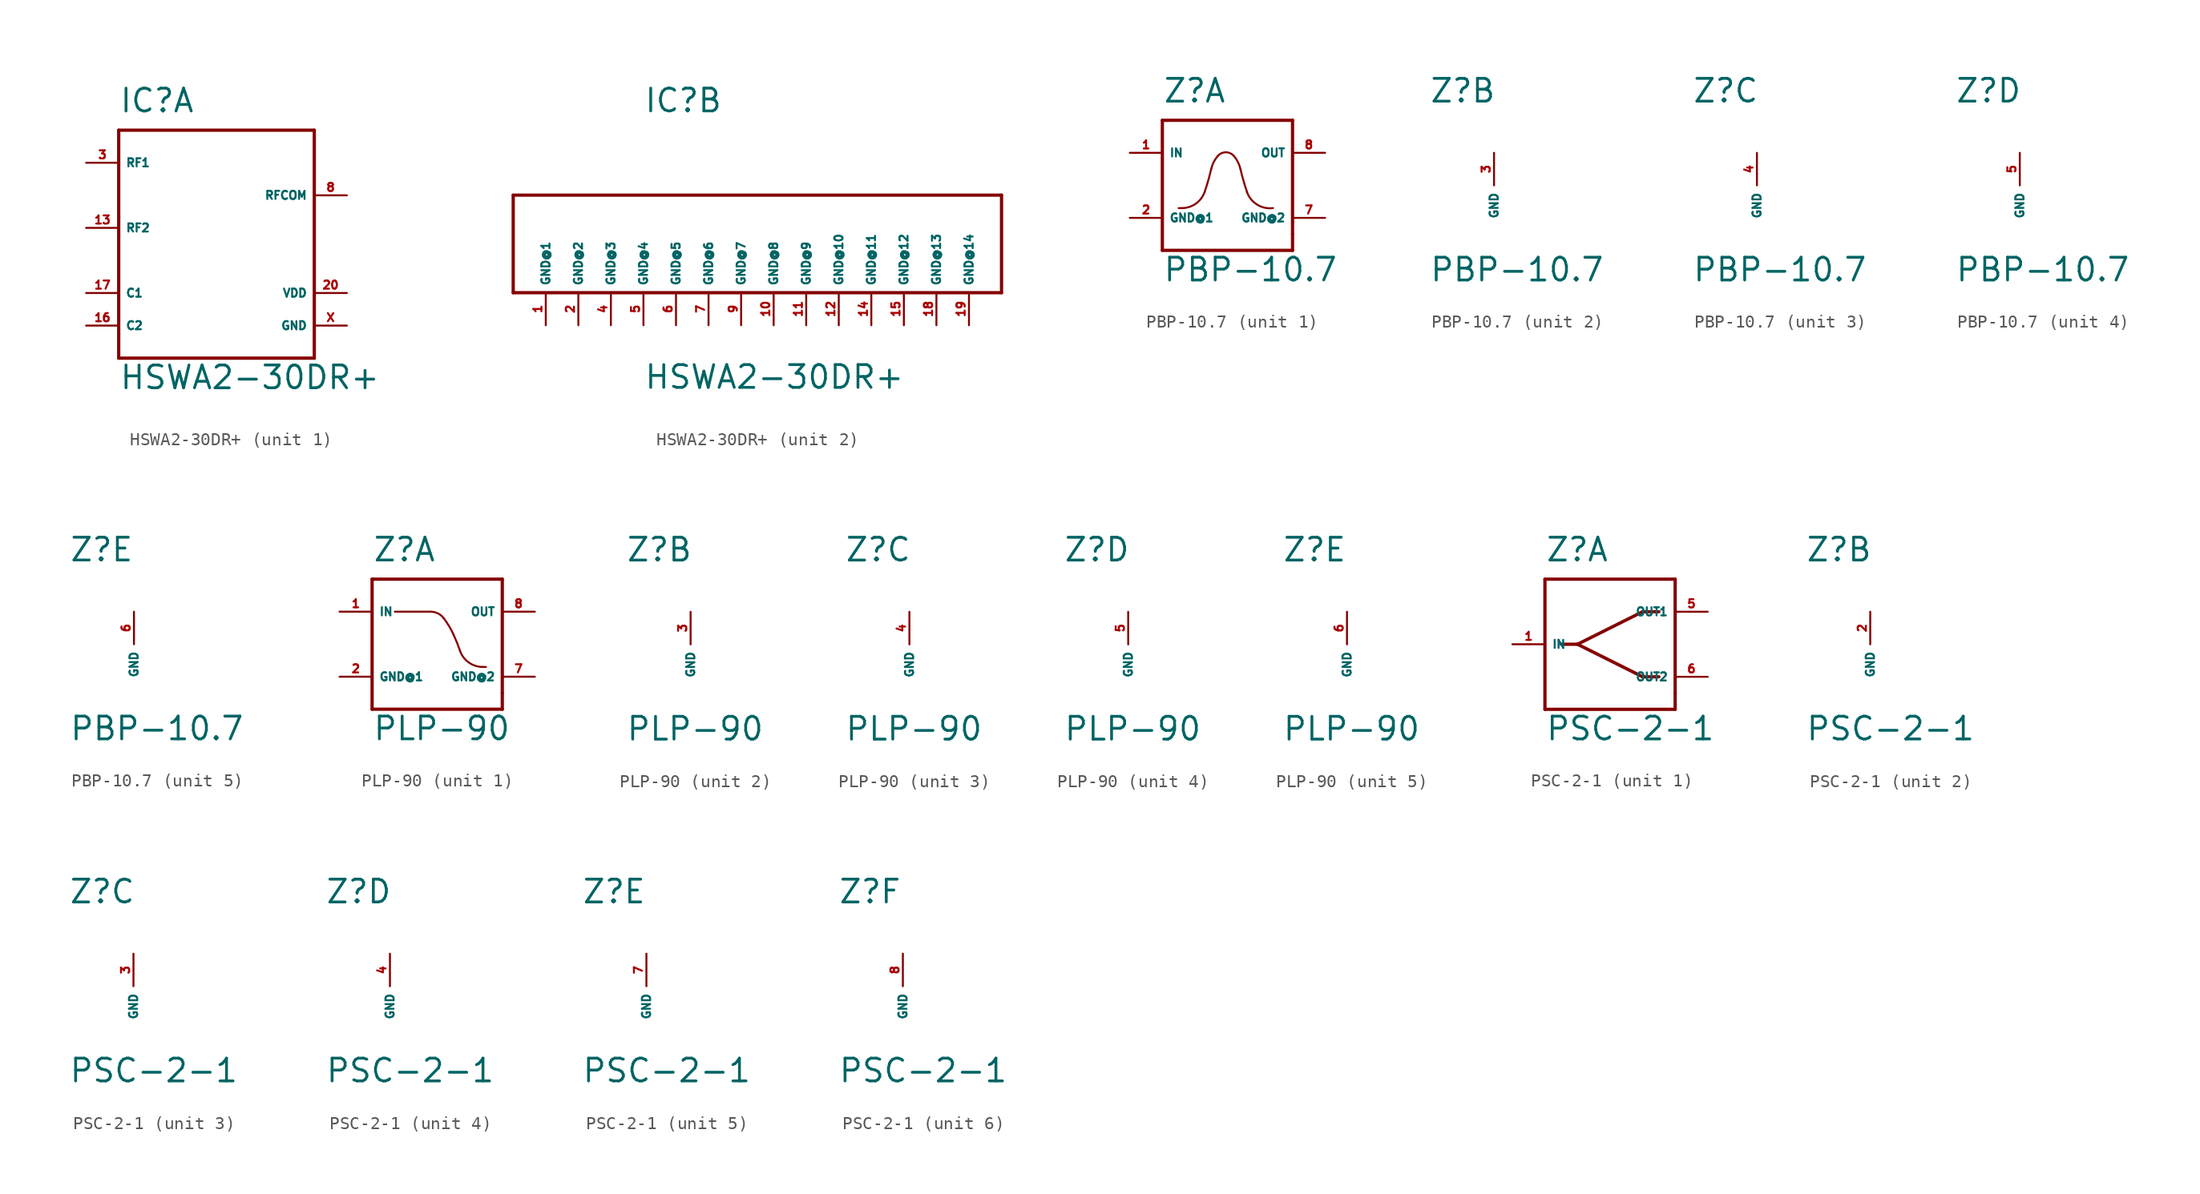
<source format=kicad_sym>
(kicad_symbol_lib
  (version 20220914)
  (generator Eagle2Kicad)
  (symbol "HSWA2-30DR+"
    (property "Reference" "IC"
      (at -7.62 11.43 0)
      (effects (font (size 1.778 1.778) (thickness 0.22)) (justify left bottom)))
    (property "Value" "HSWA2-30DR+"
      (at -7.62 -10.16 0)
      (effects (font (size 1.778 1.778) (thickness 0.22)) (justify left bottom)))
    (symbol "HSWA2-30DR+_1_0"
      (polyline (pts (xy -7.62 10.16) (xy 7.62 10.16)) (stroke (width 0.254) (type default)) (fill (type none)))
      (polyline (pts (xy 7.62 10.16) (xy 7.62 -7.62)) (stroke (width 0.254) (type default)) (fill (type none)))
      (polyline (pts (xy 7.62 -7.62) (xy -7.62 -7.62)) (stroke (width 0.254) (type default)) (fill (type none)))
      (polyline (pts (xy -7.62 -7.62) (xy -7.62 10.16)) (stroke (width 0.254) (type default)) (fill (type none)))
      (pin passive line (at -10.16 7.62 0) (length 2.54) (name "RF1" (effects (font (size 0.635 0.635) (thickness 0.08)) (justify left bottom))) (number "3" (effects (font (size 0.635 0.635) (thickness 0.08)) (justify left bottom))))
      (pin passive line (at -10.16 2.54 0) (length 2.54) (name "RF2" (effects (font (size 0.635 0.635) (thickness 0.08)) (justify left bottom))) (number "13" (effects (font (size 0.635 0.635) (thickness 0.08)) (justify left bottom))))
      (pin passive line (at 10.16 5.08 180) (length 2.54) (name "RFCOM" (effects (font (size 0.635 0.635) (thickness 0.08)) (justify left bottom))) (number "8" (effects (font (size 0.635 0.635) (thickness 0.08)) (justify left bottom))))
      (pin passive line (at -10.16 -2.54 0) (length 2.54) (name "C1" (effects (font (size 0.635 0.635) (thickness 0.08)) (justify left bottom))) (number "17" (effects (font (size 0.635 0.635) (thickness 0.08)) (justify left bottom))))
      (pin passive line (at -10.16 -5.08 0) (length 2.54) (name "C2" (effects (font (size 0.635 0.635) (thickness 0.08)) (justify left bottom))) (number "16" (effects (font (size 0.635 0.635) (thickness 0.08)) (justify left bottom))))
      (pin input line (at 10.16 -2.54 180) (length 2.54) (name "VDD" (effects (font (size 0.635 0.635) (thickness 0.08)) (justify left bottom))) (number "20" (effects (font (size 0.635 0.635) (thickness 0.08)) (justify left bottom))))
      (pin unspecified line (at 10.16 -5.08 180) (length 2.54) (name "GND" (effects (font (size 0.635 0.635) (thickness 0.08)) (justify left bottom))) (number "X" (effects (font (size 0.635 0.635) (thickness 0.08)) (justify left bottom)))))
    (symbol "HSWA2-30DR+_2_0"
      (polyline (pts (xy -17.78 -2.54) (xy 20.32 -2.54)) (stroke (width 0.254) (type default)) (fill (type none)))
      (polyline (pts (xy 20.32 -2.54) (xy 20.32 5.08)) (stroke (width 0.254) (type default)) (fill (type none)))
      (polyline (pts (xy 20.32 5.08) (xy -17.78 5.08)) (stroke (width 0.254) (type default)) (fill (type none)))
      (polyline (pts (xy -17.78 5.08) (xy -17.78 -2.54)) (stroke (width 0.254) (type default)) (fill (type none)))
      (pin unspecified line (at -15.24 -5.08 90) (length 2.54) (name "GND@1" (effects (font (size 0.635 0.635) (thickness 0.08)) (justify left bottom))) (number "1" (effects (font (size 0.635 0.635) (thickness 0.08)) (justify left bottom))))
      (pin unspecified line (at -12.7 -5.08 90) (length 2.54) (name "GND@2" (effects (font (size 0.635 0.635) (thickness 0.08)) (justify left bottom))) (number "2" (effects (font (size 0.635 0.635) (thickness 0.08)) (justify left bottom))))
      (pin unspecified line (at -10.16 -5.08 90) (length 2.54) (name "GND@3" (effects (font (size 0.635 0.635) (thickness 0.08)) (justify left bottom))) (number "4" (effects (font (size 0.635 0.635) (thickness 0.08)) (justify left bottom))))
      (pin unspecified line (at -7.62 -5.08 90) (length 2.54) (name "GND@4" (effects (font (size 0.635 0.635) (thickness 0.08)) (justify left bottom))) (number "5" (effects (font (size 0.635 0.635) (thickness 0.08)) (justify left bottom))))
      (pin unspecified line (at -5.08 -5.08 90) (length 2.54) (name "GND@5" (effects (font (size 0.635 0.635) (thickness 0.08)) (justify left bottom))) (number "6" (effects (font (size 0.635 0.635) (thickness 0.08)) (justify left bottom))))
      (pin unspecified line (at -2.54 -5.08 90) (length 2.54) (name "GND@6" (effects (font (size 0.635 0.635) (thickness 0.08)) (justify left bottom))) (number "7" (effects (font (size 0.635 0.635) (thickness 0.08)) (justify left bottom))))
      (pin unspecified line (at 0 -5.08 90) (length 2.54) (name "GND@7" (effects (font (size 0.635 0.635) (thickness 0.08)) (justify left bottom))) (number "9" (effects (font (size 0.635 0.635) (thickness 0.08)) (justify left bottom))))
      (pin unspecified line (at 2.54 -5.08 90) (length 2.54) (name "GND@8" (effects (font (size 0.635 0.635) (thickness 0.08)) (justify left bottom))) (number "10" (effects (font (size 0.635 0.635) (thickness 0.08)) (justify left bottom))))
      (pin unspecified line (at 5.08 -5.08 90) (length 2.54) (name "GND@9" (effects (font (size 0.635 0.635) (thickness 0.08)) (justify left bottom))) (number "11" (effects (font (size 0.635 0.635) (thickness 0.08)) (justify left bottom))))
      (pin unspecified line (at 7.62 -5.08 90) (length 2.54) (name "GND@10" (effects (font (size 0.635 0.635) (thickness 0.08)) (justify left bottom))) (number "12" (effects (font (size 0.635 0.635) (thickness 0.08)) (justify left bottom))))
      (pin unspecified line (at 10.16 -5.08 90) (length 2.54) (name "GND@11" (effects (font (size 0.635 0.635) (thickness 0.08)) (justify left bottom))) (number "14" (effects (font (size 0.635 0.635) (thickness 0.08)) (justify left bottom))))
      (pin unspecified line (at 12.7 -5.08 90) (length 2.54) (name "GND@12" (effects (font (size 0.635 0.635) (thickness 0.08)) (justify left bottom))) (number "15" (effects (font (size 0.635 0.635) (thickness 0.08)) (justify left bottom))))
      (pin unspecified line (at 15.24 -5.08 90) (length 2.54) (name "GND@13" (effects (font (size 0.635 0.635) (thickness 0.08)) (justify left bottom))) (number "18" (effects (font (size 0.635 0.635) (thickness 0.08)) (justify left bottom))))
      (pin unspecified line (at 17.78 -5.08 90) (length 2.54) (name "GND@14" (effects (font (size 0.635 0.635) (thickness 0.08)) (justify left bottom))) (number "19" (effects (font (size 0.635 0.635) (thickness 0.08)) (justify left bottom))))))
  (symbol "PBP-10.7"
    (property "Reference" "Z"
      (at -5.08 6.35 0)
      (effects (font (size 1.778 1.778) (thickness 0.22)) (justify left bottom)))
    (property "Value" "PBP-10.7"
      (at -5.08 -7.62 0)
      (effects (font (size 1.778 1.778) (thickness 0.22)) (justify left bottom)))
    (symbol "PBP-10.7_1_0"
      (polyline (pts (xy -5.08 5.08) (xy 5.08 5.08)) (stroke (width 0.254) (type default)) (fill (type none)))
      (polyline (pts (xy 5.08 5.08) (xy 5.08 -3.81)) (stroke (width 0.254) (type default)) (fill (type none)))
      (polyline (pts (xy 5.08 -3.81) (xy 5.08 -5.08)) (stroke (width 0.254) (type default)) (fill (type none)))
      (polyline (pts (xy 5.08 -5.08) (xy -5.08 -5.08)) (stroke (width 0.254) (type default)) (fill (type none)))
      (polyline (pts (xy -5.08 -5.08) (xy -5.08 5.08)) (stroke (width 0.254) (type default)) (fill (type none)))
      (polyline (pts (xy -3.81 -1.778) (xy -3.556 -1.778)) (stroke (width 0.152) (type default)) (fill (type none)))
      (arc (start -3.556 -1.778) (mid -2.464 -1.428) (end -1.778 -0.508) (stroke (width 0.1524) (type default)) (fill (type none)))
      (arc (start -1.778 -0.508) (mid -1.501 0.374) (end -1.27 1.27) (stroke (width 0.1524) (type default)) (fill (type none)))
      (arc (start -0.762 2.286) (mid -1.077 1.808) (end -1.27 1.27) (stroke (width 0.1524) (type default)) (fill (type none)))
      (arc (start 0.508 2.286) (mid -0.127 2.581) (end -0.762 2.286) (stroke (width 0.1524) (type default)) (fill (type none)))
      (arc (start 1.016 1.27) (mid 0.823 1.808) (end 0.508 2.286) (stroke (width 0.1524) (type default)) (fill (type none)))
      (arc (start 1.016 1.27) (mid 1.247 0.374) (end 1.524 -0.508) (stroke (width 0.1524) (type default)) (fill (type none)))
      (arc (start 1.524 -0.508) (mid 2.315 -1.503) (end 3.556 -1.778) (stroke (width 0.1524) (type default)) (fill (type none)))
      (pin input line (at -7.62 2.54 0) (length 2.54) (name "IN" (effects (font (size 0.635 0.635) (thickness 0.08)) (justify left bottom))) (number "1" (effects (font (size 0.635 0.635) (thickness 0.08)) (justify left bottom))))
      (pin input line (at -7.62 -2.54 0) (length 2.54) (name "GND@1" (effects (font (size 0.635 0.635) (thickness 0.08)) (justify left bottom))) (number "2" (effects (font (size 0.635 0.635) (thickness 0.08)) (justify left bottom))))
      (pin input line (at 7.62 2.54 180) (length 2.54) (name "OUT" (effects (font (size 0.635 0.635) (thickness 0.08)) (justify left bottom))) (number "8" (effects (font (size 0.635 0.635) (thickness 0.08)) (justify left bottom))))
      (pin input line (at 7.62 -2.54 180) (length 2.54) (name "GND@2" (effects (font (size 0.635 0.635) (thickness 0.08)) (justify left bottom))) (number "7" (effects (font (size 0.635 0.635) (thickness 0.08)) (justify left bottom)))))
    (symbol "PBP-10.7_2_0"
      (pin unspecified line (at 0 2.54 270) (length 2.54) (name "GND" (effects (font (size 0.635 0.635) (thickness 0.08)) (justify left bottom))) (number "3" (effects (font (size 0.635 0.635) (thickness 0.08)) (justify left bottom)))))
    (symbol "PBP-10.7_3_0"
      (pin unspecified line (at 0 2.54 270) (length 2.54) (name "GND" (effects (font (size 0.635 0.635) (thickness 0.08)) (justify left bottom))) (number "4" (effects (font (size 0.635 0.635) (thickness 0.08)) (justify left bottom)))))
    (symbol "PBP-10.7_4_0"
      (pin unspecified line (at 0 2.54 270) (length 2.54) (name "GND" (effects (font (size 0.635 0.635) (thickness 0.08)) (justify left bottom))) (number "5" (effects (font (size 0.635 0.635) (thickness 0.08)) (justify left bottom)))))
    (symbol "PBP-10.7_5_0"
      (pin unspecified line (at 0 2.54 270) (length 2.54) (name "GND" (effects (font (size 0.635 0.635) (thickness 0.08)) (justify left bottom))) (number "6" (effects (font (size 0.635 0.635) (thickness 0.08)) (justify left bottom))))))
  (symbol "PLP-90"
    (property "Reference" "Z"
      (at -5.08 6.35 0)
      (effects (font (size 1.778 1.778) (thickness 0.22)) (justify left bottom)))
    (property "Value" "PLP-90"
      (at -5.08 -7.62 0)
      (effects (font (size 1.778 1.778) (thickness 0.22)) (justify left bottom)))
    (symbol "PLP-90_1_0"
      (polyline (pts (xy -5.08 5.08) (xy 5.08 5.08)) (stroke (width 0.254) (type default)) (fill (type none)))
      (polyline (pts (xy 5.08 5.08) (xy 5.08 -3.81)) (stroke (width 0.254) (type default)) (fill (type none)))
      (polyline (pts (xy 5.08 -3.81) (xy 5.08 -5.08)) (stroke (width 0.254) (type default)) (fill (type none)))
      (polyline (pts (xy 5.08 -5.08) (xy -5.08 -5.08)) (stroke (width 0.254) (type default)) (fill (type none)))
      (polyline (pts (xy -5.08 -5.08) (xy -5.08 5.08)) (stroke (width 0.254) (type default)) (fill (type none)))
      (polyline (pts (xy 3.81 -1.778) (xy 3.556 -1.778)) (stroke (width 0.152) (type default)) (fill (type none)))
      (arc (start 1.778 -0.508) (mid 2.464 -1.428) (end 3.556 -1.778) (stroke (width 0.1524) (type default)) (fill (type none)))
      (arc (start 1.778 -0.508) (mid 1.540 0.133) (end 1.27 0.762) (stroke (width 0.1524) (type default)) (fill (type none)))
      (arc (start 1.27 0.762) (mid 0.924 1.418) (end 0.508 2.032) (stroke (width 0.1524) (type default)) (fill (type none)))
      (arc (start 0.508 2.032) (mid 0.059 2.404) (end -0.508 2.54) (stroke (width 0.1524) (type default)) (fill (type none)))
      (polyline (pts (xy -0.508 2.54) (xy -3.302 2.54)) (stroke (width 0.152) (type default)) (fill (type none)))
      (pin input line (at -7.62 2.54 0) (length 2.54) (name "IN" (effects (font (size 0.635 0.635) (thickness 0.08)) (justify left bottom))) (number "1" (effects (font (size 0.635 0.635) (thickness 0.08)) (justify left bottom))))
      (pin input line (at -7.62 -2.54 0) (length 2.54) (name "GND@1" (effects (font (size 0.635 0.635) (thickness 0.08)) (justify left bottom))) (number "2" (effects (font (size 0.635 0.635) (thickness 0.08)) (justify left bottom))))
      (pin input line (at 7.62 2.54 180) (length 2.54) (name "OUT" (effects (font (size 0.635 0.635) (thickness 0.08)) (justify left bottom))) (number "8" (effects (font (size 0.635 0.635) (thickness 0.08)) (justify left bottom))))
      (pin input line (at 7.62 -2.54 180) (length 2.54) (name "GND@2" (effects (font (size 0.635 0.635) (thickness 0.08)) (justify left bottom))) (number "7" (effects (font (size 0.635 0.635) (thickness 0.08)) (justify left bottom)))))
    (symbol "PLP-90_2_0"
      (pin unspecified line (at 0 2.54 270) (length 2.54) (name "GND" (effects (font (size 0.635 0.635) (thickness 0.08)) (justify left bottom))) (number "3" (effects (font (size 0.635 0.635) (thickness 0.08)) (justify left bottom)))))
    (symbol "PLP-90_3_0"
      (pin unspecified line (at 0 2.54 270) (length 2.54) (name "GND" (effects (font (size 0.635 0.635) (thickness 0.08)) (justify left bottom))) (number "4" (effects (font (size 0.635 0.635) (thickness 0.08)) (justify left bottom)))))
    (symbol "PLP-90_4_0"
      (pin unspecified line (at 0 2.54 270) (length 2.54) (name "GND" (effects (font (size 0.635 0.635) (thickness 0.08)) (justify left bottom))) (number "5" (effects (font (size 0.635 0.635) (thickness 0.08)) (justify left bottom)))))
    (symbol "PLP-90_5_0"
      (pin unspecified line (at 0 2.54 270) (length 2.54) (name "GND" (effects (font (size 0.635 0.635) (thickness 0.08)) (justify left bottom))) (number "6" (effects (font (size 0.635 0.635) (thickness 0.08)) (justify left bottom))))))
  (symbol "PSC-2-1"
    (property "Reference" "Z"
      (at -5.08 6.35 0)
      (effects (font (size 1.778 1.778) (thickness 0.22)) (justify left bottom)))
    (property "Value" "PSC-2-1"
      (at -5.08 -7.62 0)
      (effects (font (size 1.778 1.778) (thickness 0.22)) (justify left bottom)))
    (symbol "PSC-2-1_1_0"
      (polyline (pts (xy -5.08 5.08) (xy 5.08 5.08)) (stroke (width 0.254) (type default)) (fill (type none)))
      (polyline (pts (xy 5.08 5.08) (xy 5.08 -3.81)) (stroke (width 0.254) (type default)) (fill (type none)))
      (polyline (pts (xy 5.08 -3.81) (xy 5.08 -5.08)) (stroke (width 0.254) (type default)) (fill (type none)))
      (polyline (pts (xy 5.08 -5.08) (xy -5.08 -5.08)) (stroke (width 0.254) (type default)) (fill (type none)))
      (polyline (pts (xy -5.08 -5.08) (xy -5.08 5.08)) (stroke (width 0.254) (type default)) (fill (type none)))
      (polyline (pts (xy -3.81 0) (xy -2.54 0)) (stroke (width 0.254) (type default)) (fill (type none)))
      (polyline (pts (xy -2.54 0) (xy 2.54 2.54)) (stroke (width 0.254) (type default)) (fill (type none)))
      (polyline (pts (xy 2.54 2.54) (xy 3.81 2.54)) (stroke (width 0.254) (type default)) (fill (type none)))
      (polyline (pts (xy -2.54 0) (xy 2.54 -2.54)) (stroke (width 0.254) (type default)) (fill (type none)))
      (polyline (pts (xy 2.54 -2.54) (xy 3.81 -2.54)) (stroke (width 0.254) (type default)) (fill (type none)))
      (pin input line (at -7.62 0 0) (length 2.54) (name "IN" (effects (font (size 0.635 0.635) (thickness 0.08)) (justify left bottom))) (number "1" (effects (font (size 0.635 0.635) (thickness 0.08)) (justify left bottom))))
      (pin input line (at 7.62 2.54 180) (length 2.54) (name "OUT1" (effects (font (size 0.635 0.635) (thickness 0.08)) (justify left bottom))) (number "5" (effects (font (size 0.635 0.635) (thickness 0.08)) (justify left bottom))))
      (pin input line (at 7.62 -2.54 180) (length 2.54) (name "OUT2" (effects (font (size 0.635 0.635) (thickness 0.08)) (justify left bottom))) (number "6" (effects (font (size 0.635 0.635) (thickness 0.08)) (justify left bottom)))))
    (symbol "PSC-2-1_2_0"
      (pin unspecified line (at 0 2.54 270) (length 2.54) (name "GND" (effects (font (size 0.635 0.635) (thickness 0.08)) (justify left bottom))) (number "2" (effects (font (size 0.635 0.635) (thickness 0.08)) (justify left bottom)))))
    (symbol "PSC-2-1_3_0"
      (pin unspecified line (at 0 2.54 270) (length 2.54) (name "GND" (effects (font (size 0.635 0.635) (thickness 0.08)) (justify left bottom))) (number "3" (effects (font (size 0.635 0.635) (thickness 0.08)) (justify left bottom)))))
    (symbol "PSC-2-1_4_0"
      (pin unspecified line (at 0 2.54 270) (length 2.54) (name "GND" (effects (font (size 0.635 0.635) (thickness 0.08)) (justify left bottom))) (number "4" (effects (font (size 0.635 0.635) (thickness 0.08)) (justify left bottom)))))
    (symbol "PSC-2-1_5_0"
      (pin unspecified line (at 0 2.54 270) (length 2.54) (name "GND" (effects (font (size 0.635 0.635) (thickness 0.08)) (justify left bottom))) (number "7" (effects (font (size 0.635 0.635) (thickness 0.08)) (justify left bottom)))))
    (symbol "PSC-2-1_6_0"
      (pin unspecified line (at 0 2.54 270) (length 2.54) (name "GND" (effects (font (size 0.635 0.635) (thickness 0.08)) (justify left bottom))) (number "8" (effects (font (size 0.635 0.635) (thickness 0.08)) (justify left bottom)))))))
</source>
